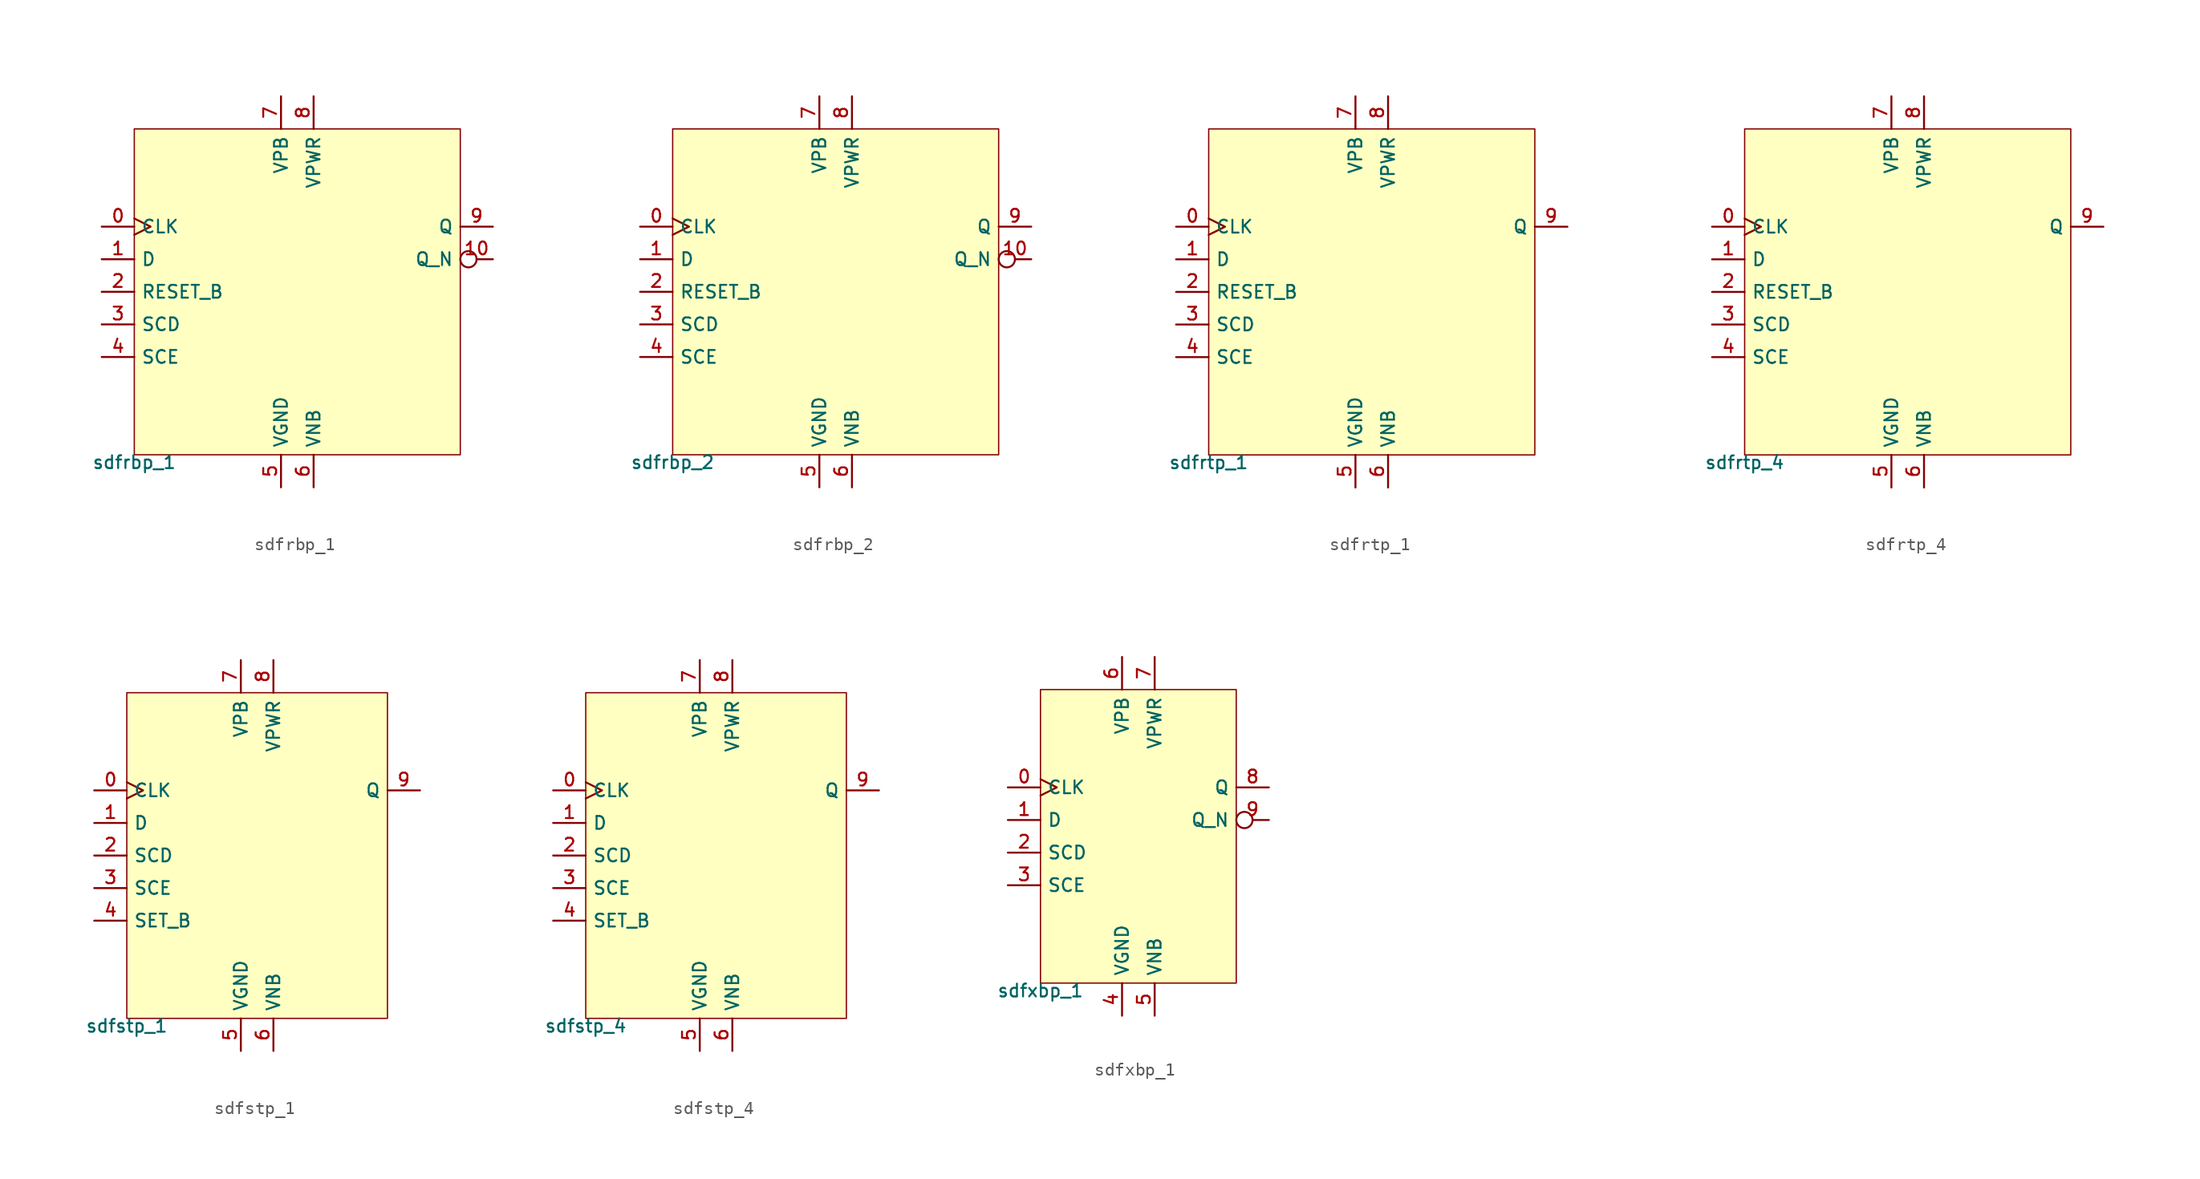
<source format=kicad_sym>
(kicad_symbol_lib
  (version 20211014)
  (generator pdk2kicad)
  (symbol "sdfrbp_1"
    (property "Reference" "X"
      (at 0 0 0)
      (effects (font (size 1 1)) hide))
    (property "Value" "sdfrbp_1"
      (at -12.7 -12.7 0)
      (effects (font (size 1 1)) (justify top)))
    (rectangle
      (start -12.7 -12.7)
      (end 12.7 12.7)
      (stroke (width 0.1) (type solid) (color 0 0 0 0))
      (fill (type background)))
    (pin input clock
      (at -15.24 5.08 0)
      (length 2.54)
      (name "CLK" (effects (font (size 1 1)) hide))
      (number "0" (effects (font (size 1 1)) hide)))
    (pin input line
      (at -15.24 2.54 0)
      (length 2.54)
      (name "D" (effects (font (size 1 1)) hide))
      (number "1" (effects (font (size 1 1)) hide)))
    (pin input line
      (at -15.24 -8.881784197001252e-16 0)
      (length 2.54)
      (name "RESET_B" (effects (font (size 1 1)) hide))
      (number "2" (effects (font (size 1 1)) hide)))
    (pin input line
      (at -15.24 -2.54 0)
      (length 2.54)
      (name "SCD" (effects (font (size 1 1)) hide))
      (number "3" (effects (font (size 1 1)) hide)))
    (pin input line
      (at -15.24 -5.08 0)
      (length 2.54)
      (name "SCE" (effects (font (size 1 1)) hide))
      (number "4" (effects (font (size 1 1)) hide)))
    (pin power_in line
      (at -1.27 -15.24 90)
      (length 2.54)
      (name "VGND" (effects (font (size 1 1)) hide))
      (number "5" (effects (font (size 1 1)) hide)))
    (pin power_in line
      (at 1.27 -15.24 90)
      (length 2.54)
      (name "VNB" (effects (font (size 1 1)) hide))
      (number "6" (effects (font (size 1 1)) hide)))
    (pin power_in line
      (at -1.27 15.24 270)
      (length 2.54)
      (name "VPB" (effects (font (size 1 1)) hide))
      (number "7" (effects (font (size 1 1)) hide)))
    (pin power_in line
      (at 1.27 15.24 270)
      (length 2.54)
      (name "VPWR" (effects (font (size 1 1)) hide))
      (number "8" (effects (font (size 1 1)) hide)))
    (pin output line
      (at 15.24 5.08 180)
      (length 2.54)
      (name "Q" (effects (font (size 1 1)) hide))
      (number "9" (effects (font (size 1 1)) hide)))
    (pin output inverted
      (at 15.24 2.54 180)
      (length 2.54)
      (name "Q_N" (effects (font (size 1 1)) hide))
      (number "10" (effects (font (size 1 1)) hide))))
  (symbol "sdfrbp_2"
    (property "Reference" "X"
      (at 0 0 0)
      (effects (font (size 1 1)) hide))
    (property "Value" "sdfrbp_2"
      (at -12.7 -12.7 0)
      (effects (font (size 1 1)) (justify top)))
    (rectangle
      (start -12.7 -12.7)
      (end 12.7 12.7)
      (stroke (width 0.1) (type solid) (color 0 0 0 0))
      (fill (type background)))
    (pin input clock
      (at -15.24 5.08 0)
      (length 2.54)
      (name "CLK" (effects (font (size 1 1)) hide))
      (number "0" (effects (font (size 1 1)) hide)))
    (pin input line
      (at -15.24 2.54 0)
      (length 2.54)
      (name "D" (effects (font (size 1 1)) hide))
      (number "1" (effects (font (size 1 1)) hide)))
    (pin input line
      (at -15.24 -8.881784197001252e-16 0)
      (length 2.54)
      (name "RESET_B" (effects (font (size 1 1)) hide))
      (number "2" (effects (font (size 1 1)) hide)))
    (pin input line
      (at -15.24 -2.54 0)
      (length 2.54)
      (name "SCD" (effects (font (size 1 1)) hide))
      (number "3" (effects (font (size 1 1)) hide)))
    (pin input line
      (at -15.24 -5.08 0)
      (length 2.54)
      (name "SCE" (effects (font (size 1 1)) hide))
      (number "4" (effects (font (size 1 1)) hide)))
    (pin power_in line
      (at -1.27 -15.24 90)
      (length 2.54)
      (name "VGND" (effects (font (size 1 1)) hide))
      (number "5" (effects (font (size 1 1)) hide)))
    (pin power_in line
      (at 1.27 -15.24 90)
      (length 2.54)
      (name "VNB" (effects (font (size 1 1)) hide))
      (number "6" (effects (font (size 1 1)) hide)))
    (pin power_in line
      (at -1.27 15.24 270)
      (length 2.54)
      (name "VPB" (effects (font (size 1 1)) hide))
      (number "7" (effects (font (size 1 1)) hide)))
    (pin power_in line
      (at 1.27 15.24 270)
      (length 2.54)
      (name "VPWR" (effects (font (size 1 1)) hide))
      (number "8" (effects (font (size 1 1)) hide)))
    (pin output line
      (at 15.24 5.08 180)
      (length 2.54)
      (name "Q" (effects (font (size 1 1)) hide))
      (number "9" (effects (font (size 1 1)) hide)))
    (pin output inverted
      (at 15.24 2.54 180)
      (length 2.54)
      (name "Q_N" (effects (font (size 1 1)) hide))
      (number "10" (effects (font (size 1 1)) hide))))
  (symbol "sdfrtp_1"
    (property "Reference" "X"
      (at 0 0 0)
      (effects (font (size 1 1)) hide))
    (property "Value" "sdfrtp_1"
      (at -12.7 -12.7 0)
      (effects (font (size 1 1)) (justify top)))
    (rectangle
      (start -12.7 -12.7)
      (end 12.7 12.7)
      (stroke (width 0.1) (type solid) (color 0 0 0 0))
      (fill (type background)))
    (pin input clock
      (at -15.24 5.08 0)
      (length 2.54)
      (name "CLK" (effects (font (size 1 1)) hide))
      (number "0" (effects (font (size 1 1)) hide)))
    (pin input line
      (at -15.24 2.54 0)
      (length 2.54)
      (name "D" (effects (font (size 1 1)) hide))
      (number "1" (effects (font (size 1 1)) hide)))
    (pin input line
      (at -15.24 -8.881784197001252e-16 0)
      (length 2.54)
      (name "RESET_B" (effects (font (size 1 1)) hide))
      (number "2" (effects (font (size 1 1)) hide)))
    (pin input line
      (at -15.24 -2.54 0)
      (length 2.54)
      (name "SCD" (effects (font (size 1 1)) hide))
      (number "3" (effects (font (size 1 1)) hide)))
    (pin input line
      (at -15.24 -5.08 0)
      (length 2.54)
      (name "SCE" (effects (font (size 1 1)) hide))
      (number "4" (effects (font (size 1 1)) hide)))
    (pin power_in line
      (at -1.27 -15.24 90)
      (length 2.54)
      (name "VGND" (effects (font (size 1 1)) hide))
      (number "5" (effects (font (size 1 1)) hide)))
    (pin power_in line
      (at 1.27 -15.24 90)
      (length 2.54)
      (name "VNB" (effects (font (size 1 1)) hide))
      (number "6" (effects (font (size 1 1)) hide)))
    (pin power_in line
      (at -1.27 15.24 270)
      (length 2.54)
      (name "VPB" (effects (font (size 1 1)) hide))
      (number "7" (effects (font (size 1 1)) hide)))
    (pin power_in line
      (at 1.27 15.24 270)
      (length 2.54)
      (name "VPWR" (effects (font (size 1 1)) hide))
      (number "8" (effects (font (size 1 1)) hide)))
    (pin output line
      (at 15.24 5.08 180)
      (length 2.54)
      (name "Q" (effects (font (size 1 1)) hide))
      (number "9" (effects (font (size 1 1)) hide))))
  (symbol "sdfrtp_4"
    (property "Reference" "X"
      (at 0 0 0)
      (effects (font (size 1 1)) hide))
    (property "Value" "sdfrtp_4"
      (at -12.7 -12.7 0)
      (effects (font (size 1 1)) (justify top)))
    (rectangle
      (start -12.7 -12.7)
      (end 12.7 12.7)
      (stroke (width 0.1) (type solid) (color 0 0 0 0))
      (fill (type background)))
    (pin input clock
      (at -15.24 5.08 0)
      (length 2.54)
      (name "CLK" (effects (font (size 1 1)) hide))
      (number "0" (effects (font (size 1 1)) hide)))
    (pin input line
      (at -15.24 2.54 0)
      (length 2.54)
      (name "D" (effects (font (size 1 1)) hide))
      (number "1" (effects (font (size 1 1)) hide)))
    (pin input line
      (at -15.24 -8.881784197001252e-16 0)
      (length 2.54)
      (name "RESET_B" (effects (font (size 1 1)) hide))
      (number "2" (effects (font (size 1 1)) hide)))
    (pin input line
      (at -15.24 -2.54 0)
      (length 2.54)
      (name "SCD" (effects (font (size 1 1)) hide))
      (number "3" (effects (font (size 1 1)) hide)))
    (pin input line
      (at -15.24 -5.08 0)
      (length 2.54)
      (name "SCE" (effects (font (size 1 1)) hide))
      (number "4" (effects (font (size 1 1)) hide)))
    (pin power_in line
      (at -1.27 -15.24 90)
      (length 2.54)
      (name "VGND" (effects (font (size 1 1)) hide))
      (number "5" (effects (font (size 1 1)) hide)))
    (pin power_in line
      (at 1.27 -15.24 90)
      (length 2.54)
      (name "VNB" (effects (font (size 1 1)) hide))
      (number "6" (effects (font (size 1 1)) hide)))
    (pin power_in line
      (at -1.27 15.24 270)
      (length 2.54)
      (name "VPB" (effects (font (size 1 1)) hide))
      (number "7" (effects (font (size 1 1)) hide)))
    (pin power_in line
      (at 1.27 15.24 270)
      (length 2.54)
      (name "VPWR" (effects (font (size 1 1)) hide))
      (number "8" (effects (font (size 1 1)) hide)))
    (pin output line
      (at 15.24 5.08 180)
      (length 2.54)
      (name "Q" (effects (font (size 1 1)) hide))
      (number "9" (effects (font (size 1 1)) hide))))
  (symbol "sdfstp_1"
    (property "Reference" "X"
      (at 0 0 0)
      (effects (font (size 1 1)) hide))
    (property "Value" "sdfstp_1"
      (at -10.16 -12.7 0)
      (effects (font (size 1 1)) (justify top)))
    (rectangle
      (start -10.16 -12.7)
      (end 10.16 12.7)
      (stroke (width 0.1) (type solid) (color 0 0 0 0))
      (fill (type background)))
    (pin input clock
      (at -12.7 5.08 0)
      (length 2.54)
      (name "CLK" (effects (font (size 1 1)) hide))
      (number "0" (effects (font (size 1 1)) hide)))
    (pin input line
      (at -12.7 2.54 0)
      (length 2.54)
      (name "D" (effects (font (size 1 1)) hide))
      (number "1" (effects (font (size 1 1)) hide)))
    (pin input line
      (at -12.7 -8.881784197001252e-16 0)
      (length 2.54)
      (name "SCD" (effects (font (size 1 1)) hide))
      (number "2" (effects (font (size 1 1)) hide)))
    (pin input line
      (at -12.7 -2.54 0)
      (length 2.54)
      (name "SCE" (effects (font (size 1 1)) hide))
      (number "3" (effects (font (size 1 1)) hide)))
    (pin input line
      (at -12.7 -5.08 0)
      (length 2.54)
      (name "SET_B" (effects (font (size 1 1)) hide))
      (number "4" (effects (font (size 1 1)) hide)))
    (pin power_in line
      (at -1.27 -15.24 90)
      (length 2.54)
      (name "VGND" (effects (font (size 1 1)) hide))
      (number "5" (effects (font (size 1 1)) hide)))
    (pin power_in line
      (at 1.27 -15.24 90)
      (length 2.54)
      (name "VNB" (effects (font (size 1 1)) hide))
      (number "6" (effects (font (size 1 1)) hide)))
    (pin power_in line
      (at -1.27 15.24 270)
      (length 2.54)
      (name "VPB" (effects (font (size 1 1)) hide))
      (number "7" (effects (font (size 1 1)) hide)))
    (pin power_in line
      (at 1.27 15.24 270)
      (length 2.54)
      (name "VPWR" (effects (font (size 1 1)) hide))
      (number "8" (effects (font (size 1 1)) hide)))
    (pin output line
      (at 12.7 5.08 180)
      (length 2.54)
      (name "Q" (effects (font (size 1 1)) hide))
      (number "9" (effects (font (size 1 1)) hide))))
  (symbol "sdfstp_4"
    (property "Reference" "X"
      (at 0 0 0)
      (effects (font (size 1 1)) hide))
    (property "Value" "sdfstp_4"
      (at -10.16 -12.7 0)
      (effects (font (size 1 1)) (justify top)))
    (rectangle
      (start -10.16 -12.7)
      (end 10.16 12.7)
      (stroke (width 0.1) (type solid) (color 0 0 0 0))
      (fill (type background)))
    (pin input clock
      (at -12.7 5.08 0)
      (length 2.54)
      (name "CLK" (effects (font (size 1 1)) hide))
      (number "0" (effects (font (size 1 1)) hide)))
    (pin input line
      (at -12.7 2.54 0)
      (length 2.54)
      (name "D" (effects (font (size 1 1)) hide))
      (number "1" (effects (font (size 1 1)) hide)))
    (pin input line
      (at -12.7 -8.881784197001252e-16 0)
      (length 2.54)
      (name "SCD" (effects (font (size 1 1)) hide))
      (number "2" (effects (font (size 1 1)) hide)))
    (pin input line
      (at -12.7 -2.54 0)
      (length 2.54)
      (name "SCE" (effects (font (size 1 1)) hide))
      (number "3" (effects (font (size 1 1)) hide)))
    (pin input line
      (at -12.7 -5.08 0)
      (length 2.54)
      (name "SET_B" (effects (font (size 1 1)) hide))
      (number "4" (effects (font (size 1 1)) hide)))
    (pin power_in line
      (at -1.27 -15.24 90)
      (length 2.54)
      (name "VGND" (effects (font (size 1 1)) hide))
      (number "5" (effects (font (size 1 1)) hide)))
    (pin power_in line
      (at 1.27 -15.24 90)
      (length 2.54)
      (name "VNB" (effects (font (size 1 1)) hide))
      (number "6" (effects (font (size 1 1)) hide)))
    (pin power_in line
      (at -1.27 15.24 270)
      (length 2.54)
      (name "VPB" (effects (font (size 1 1)) hide))
      (number "7" (effects (font (size 1 1)) hide)))
    (pin power_in line
      (at 1.27 15.24 270)
      (length 2.54)
      (name "VPWR" (effects (font (size 1 1)) hide))
      (number "8" (effects (font (size 1 1)) hide)))
    (pin output line
      (at 12.7 5.08 180)
      (length 2.54)
      (name "Q" (effects (font (size 1 1)) hide))
      (number "9" (effects (font (size 1 1)) hide))))
  (symbol "sdfxbp_1"
    (property "Reference" "X"
      (at 0 0 0)
      (effects (font (size 1 1)) hide))
    (property "Value" "sdfxbp_1"
      (at -7.62 -11.43 0)
      (effects (font (size 1 1)) (justify top)))
    (rectangle
      (start -7.62 -11.43)
      (end 7.62 11.43)
      (stroke (width 0.1) (type solid) (color 0 0 0 0))
      (fill (type background)))
    (pin input clock
      (at -10.16 3.81 0)
      (length 2.54)
      (name "CLK" (effects (font (size 1 1)) hide))
      (number "0" (effects (font (size 1 1)) hide)))
    (pin input line
      (at -10.16 1.27 0)
      (length 2.54)
      (name "D" (effects (font (size 1 1)) hide))
      (number "1" (effects (font (size 1 1)) hide)))
    (pin input line
      (at -10.16 -1.27 0)
      (length 2.54)
      (name "SCD" (effects (font (size 1 1)) hide))
      (number "2" (effects (font (size 1 1)) hide)))
    (pin input line
      (at -10.16 -3.81 0)
      (length 2.54)
      (name "SCE" (effects (font (size 1 1)) hide))
      (number "3" (effects (font (size 1 1)) hide)))
    (pin power_in line
      (at -1.27 -13.97 90)
      (length 2.54)
      (name "VGND" (effects (font (size 1 1)) hide))
      (number "4" (effects (font (size 1 1)) hide)))
    (pin power_in line
      (at 1.27 -13.97 90)
      (length 2.54)
      (name "VNB" (effects (font (size 1 1)) hide))
      (number "5" (effects (font (size 1 1)) hide)))
    (pin power_in line
      (at -1.27 13.97 270)
      (length 2.54)
      (name "VPB" (effects (font (size 1 1)) hide))
      (number "6" (effects (font (size 1 1)) hide)))
    (pin power_in line
      (at 1.27 13.97 270)
      (length 2.54)
      (name "VPWR" (effects (font (size 1 1)) hide))
      (number "7" (effects (font (size 1 1)) hide)))
    (pin output line
      (at 10.16 3.81 180)
      (length 2.54)
      (name "Q" (effects (font (size 1 1)) hide))
      (number "8" (effects (font (size 1 1)) hide)))
    (pin output inverted
      (at 10.16 1.27 180)
      (length 2.54)
      (name "Q_N" (effects (font (size 1 1)) hide))
      (number "9" (effects (font (size 1 1)) hide)))))
</source>
